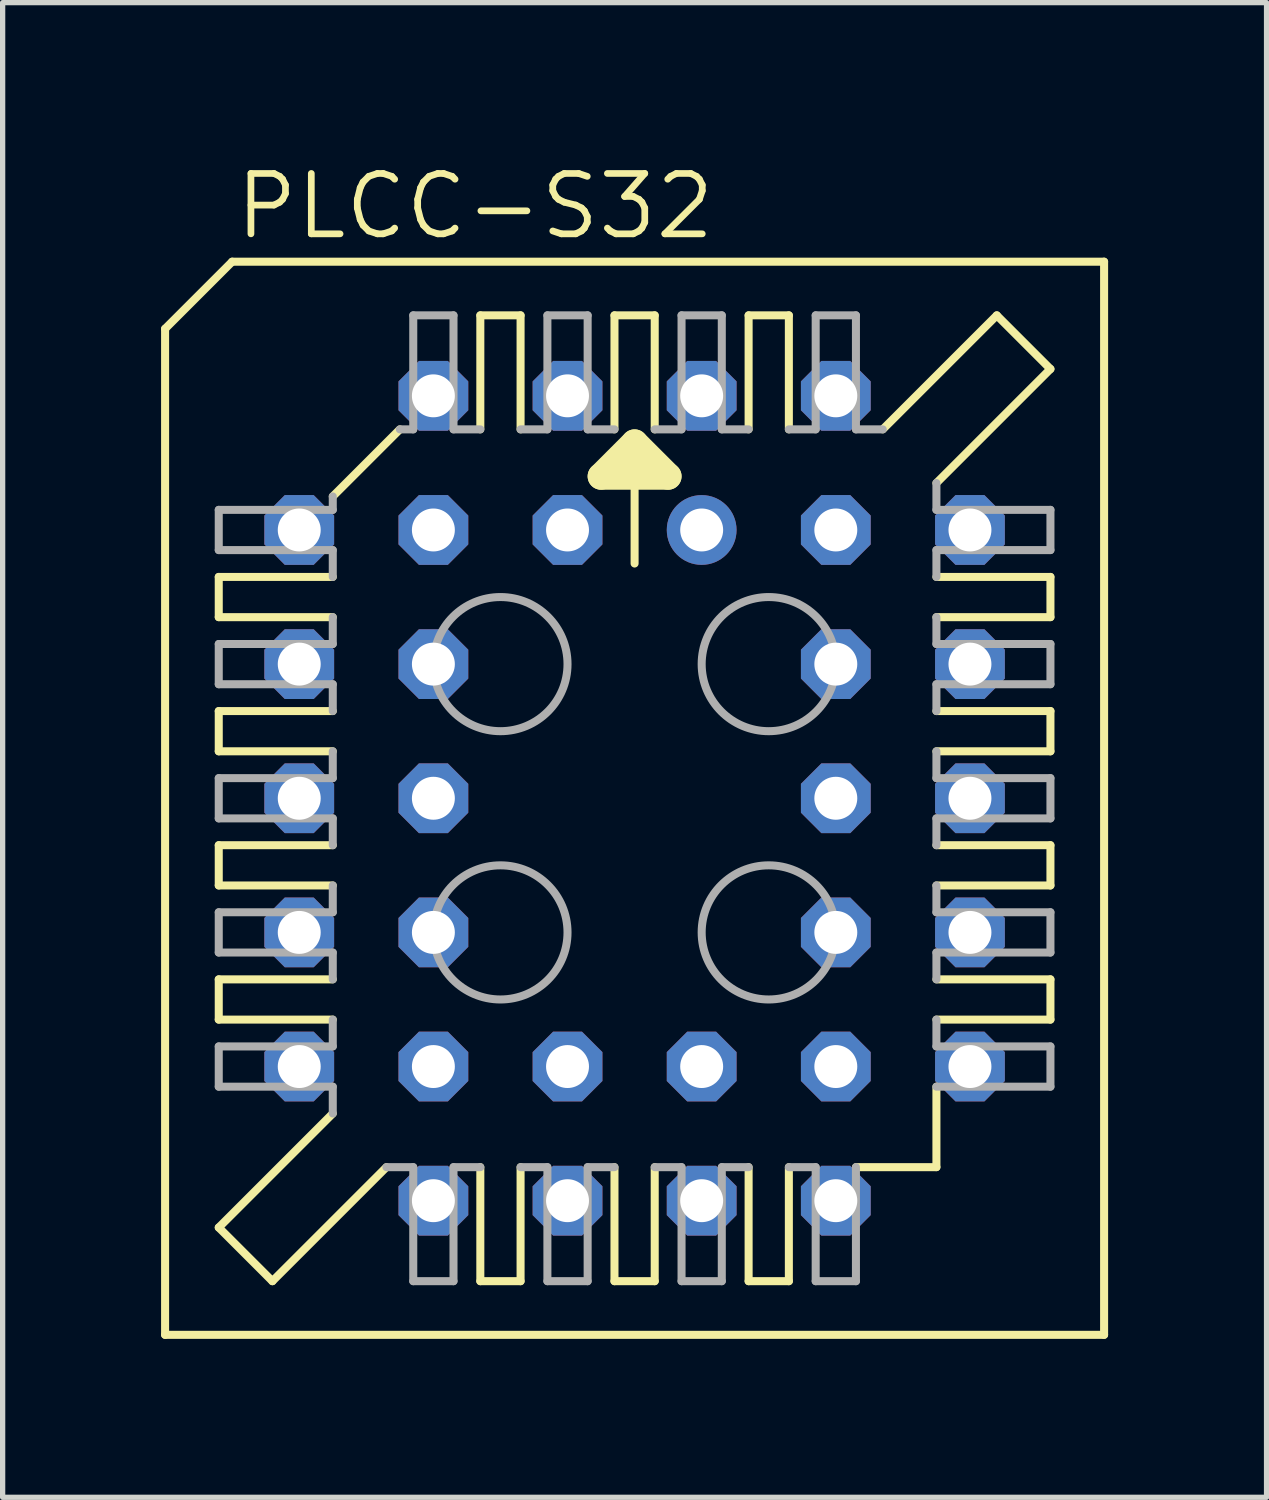
<source format=kicad_pcb>
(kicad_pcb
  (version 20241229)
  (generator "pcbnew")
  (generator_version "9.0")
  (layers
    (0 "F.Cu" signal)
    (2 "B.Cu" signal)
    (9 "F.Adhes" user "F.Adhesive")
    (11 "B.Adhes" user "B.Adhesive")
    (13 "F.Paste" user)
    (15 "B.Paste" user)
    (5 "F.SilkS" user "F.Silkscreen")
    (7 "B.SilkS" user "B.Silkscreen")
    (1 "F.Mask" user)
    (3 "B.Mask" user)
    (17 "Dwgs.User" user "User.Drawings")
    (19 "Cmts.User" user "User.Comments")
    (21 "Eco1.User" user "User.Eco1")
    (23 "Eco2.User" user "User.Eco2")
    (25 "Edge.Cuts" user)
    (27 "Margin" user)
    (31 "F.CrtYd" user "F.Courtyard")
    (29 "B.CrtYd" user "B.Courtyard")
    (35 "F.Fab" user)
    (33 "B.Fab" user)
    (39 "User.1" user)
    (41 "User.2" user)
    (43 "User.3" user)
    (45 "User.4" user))
  (footprint "PLCC-S32"
    (layer "F.Cu")
    (at 8.966 12.065)
    (property "Reference" "PLCC-S32" (at -7.62 -10.541 0) (layer "F.SilkS") (effects (font (size 1.143 1.143) (thickness 0.127)) (justify left bottom)))
    (fp_line (start -8.89 -8.89) (end -8.89 10.16) (stroke (width 0.152) (type solid)) (layer "F.SilkS"))
    (fp_line (start -7.874 -3.429) (end -7.874 -4.191) (stroke (width 0.152) (type solid)) (layer "F.SilkS"))
    (fp_line (start -7.874 -3.429) (end -5.715 -3.429) (stroke (width 0.152) (type solid)) (layer "F.SilkS"))
    (fp_line (start -7.874 -0.889) (end -7.874 -1.651) (stroke (width 0.152) (type solid)) (layer "F.SilkS"))
    (fp_line (start -7.874 -0.889) (end -5.715 -0.889) (stroke (width 0.152) (type solid)) (layer "F.SilkS"))
    (fp_line (start -7.874 1.651) (end -7.874 0.889) (stroke (width 0.152) (type solid)) (layer "F.SilkS"))
    (fp_line (start -7.874 1.651) (end -5.715 1.651) (stroke (width 0.152) (type solid)) (layer "F.SilkS"))
    (fp_line (start -7.874 4.191) (end -7.874 3.429) (stroke (width 0.152) (type solid)) (layer "F.SilkS"))
    (fp_line (start -7.874 4.191) (end -5.715 4.191) (stroke (width 0.152) (type solid)) (layer "F.SilkS"))
    (fp_line (start -7.874 8.128) (end -5.715 5.969) (stroke (width 0.152) (type solid)) (layer "F.SilkS"))
    (fp_line (start -7.62 -10.16) (end -8.89 -8.89) (stroke (width 0.152) (type solid)) (layer "F.SilkS"))
    (fp_line (start -6.858 9.144) (end -7.874 8.128) (stroke (width 0.152) (type solid)) (layer "F.SilkS"))
    (fp_line (start -6.858 9.144) (end -4.699 6.985) (stroke (width 0.152) (type solid)) (layer "F.SilkS"))
    (fp_line (start -5.715 -5.715) (end -4.445 -6.985) (stroke (width 0.152) (type solid)) (layer "F.SilkS"))
    (fp_line (start -5.715 -4.191) (end -7.874 -4.191) (stroke (width 0.152) (type solid)) (layer "F.SilkS"))
    (fp_line (start -5.715 -1.651) (end -7.874 -1.651) (stroke (width 0.152) (type solid)) (layer "F.SilkS"))
    (fp_line (start -5.715 0.889) (end -7.874 0.889) (stroke (width 0.152) (type solid)) (layer "F.SilkS"))
    (fp_line (start -5.715 3.429) (end -7.874 3.429) (stroke (width 0.152) (type solid)) (layer "F.SilkS"))
    (fp_line (start -2.921 -6.985) (end -2.921 -9.144) (stroke (width 0.152) (type solid)) (layer "F.SilkS"))
    (fp_line (start -2.921 9.144) (end -2.921 6.985) (stroke (width 0.152) (type solid)) (layer "F.SilkS"))
    (fp_line (start -2.921 9.144) (end -2.159 9.144) (stroke (width 0.152) (type solid)) (layer "F.SilkS"))
    (fp_line (start -2.159 -9.144) (end -2.921 -9.144) (stroke (width 0.152) (type solid)) (layer "F.SilkS"))
    (fp_line (start -2.159 -9.144) (end -2.159 -6.985) (stroke (width 0.152) (type solid)) (layer "F.SilkS"))
    (fp_line (start -2.159 6.985) (end -2.159 9.144) (stroke (width 0.152) (type solid)) (layer "F.SilkS"))
    (fp_line (start -0.635 -6.096) (end 0 -6.731) (stroke (width 0.508) (type solid)) (layer "F.SilkS"))
    (fp_line (start -0.381 -6.985) (end -0.381 -9.144) (stroke (width 0.152) (type solid)) (layer "F.SilkS"))
    (fp_line (start -0.381 9.144) (end -0.381 6.985) (stroke (width 0.152) (type solid)) (layer "F.SilkS"))
    (fp_line (start -0.381 9.144) (end 0.381 9.144) (stroke (width 0.152) (type solid)) (layer "F.SilkS"))
    (fp_line (start 0 -6.731) (end 0 -4.445) (stroke (width 0.152) (type solid)) (layer "F.SilkS"))
    (fp_line (start 0 -6.731) (end 0.635 -6.096) (stroke (width 0.508) (type solid)) (layer "F.SilkS"))
    (fp_line (start 0.381 -9.144) (end -0.381 -9.144) (stroke (width 0.152) (type solid)) (layer "F.SilkS"))
    (fp_line (start 0.381 -9.144) (end 0.381 -6.985) (stroke (width 0.152) (type solid)) (layer "F.SilkS"))
    (fp_line (start 0.381 6.985) (end 0.381 9.144) (stroke (width 0.152) (type solid)) (layer "F.SilkS"))
    (fp_line (start 0.635 -6.096) (end -0.635 -6.096) (stroke (width 0.508) (type solid)) (layer "F.SilkS"))
    (fp_line (start 2.159 -6.985) (end 2.159 -9.144) (stroke (width 0.152) (type solid)) (layer "F.SilkS"))
    (fp_line (start 2.159 9.144) (end 2.159 6.985) (stroke (width 0.152) (type solid)) (layer "F.SilkS"))
    (fp_line (start 2.159 9.144) (end 2.921 9.144) (stroke (width 0.152) (type solid)) (layer "F.SilkS"))
    (fp_line (start 2.921 -9.144) (end 2.159 -9.144) (stroke (width 0.152) (type solid)) (layer "F.SilkS"))
    (fp_line (start 2.921 -9.144) (end 2.921 -6.985) (stroke (width 0.152) (type solid)) (layer "F.SilkS"))
    (fp_line (start 2.921 6.985) (end 2.921 9.144) (stroke (width 0.152) (type solid)) (layer "F.SilkS"))
    (fp_line (start 4.191 6.985) (end 5.715 6.985) (stroke (width 0.152) (type solid)) (layer "F.SilkS"))
    (fp_line (start 5.715 -3.429) (end 7.874 -3.429) (stroke (width 0.152) (type solid)) (layer "F.SilkS"))
    (fp_line (start 5.715 -0.889) (end 7.874 -0.889) (stroke (width 0.152) (type solid)) (layer "F.SilkS"))
    (fp_line (start 5.715 1.651) (end 7.874 1.651) (stroke (width 0.152) (type solid)) (layer "F.SilkS"))
    (fp_line (start 5.715 4.191) (end 7.874 4.191) (stroke (width 0.152) (type solid)) (layer "F.SilkS"))
    (fp_line (start 5.715 5.461) (end 5.715 6.985) (stroke (width 0.152) (type solid)) (layer "F.SilkS"))
    (fp_line (start 6.858 -9.144) (end 4.699 -6.985) (stroke (width 0.152) (type solid)) (layer "F.SilkS"))
    (fp_line (start 7.874 -8.128) (end 5.715 -5.969) (stroke (width 0.152) (type solid)) (layer "F.SilkS"))
    (fp_line (start 7.874 -8.128) (end 6.858 -9.144) (stroke (width 0.152) (type solid)) (layer "F.SilkS"))
    (fp_line (start 7.874 -4.191) (end 5.715 -4.191) (stroke (width 0.152) (type solid)) (layer "F.SilkS"))
    (fp_line (start 7.874 -4.191) (end 7.874 -3.429) (stroke (width 0.152) (type solid)) (layer "F.SilkS"))
    (fp_line (start 7.874 -1.651) (end 5.715 -1.651) (stroke (width 0.152) (type solid)) (layer "F.SilkS"))
    (fp_line (start 7.874 -1.651) (end 7.874 -0.889) (stroke (width 0.152) (type solid)) (layer "F.SilkS"))
    (fp_line (start 7.874 0.889) (end 5.715 0.889) (stroke (width 0.152) (type solid)) (layer "F.SilkS"))
    (fp_line (start 7.874 0.889) (end 7.874 1.651) (stroke (width 0.152) (type solid)) (layer "F.SilkS"))
    (fp_line (start 7.874 3.429) (end 5.715 3.429) (stroke (width 0.152) (type solid)) (layer "F.SilkS"))
    (fp_line (start 7.874 3.429) (end 7.874 4.191) (stroke (width 0.152) (type solid)) (layer "F.SilkS"))
    (fp_line (start 8.89 -10.16) (end -7.62 -10.16) (stroke (width 0.152) (type solid)) (layer "F.SilkS"))
    (fp_line (start 8.89 10.16) (end -8.89 10.16) (stroke (width 0.152) (type solid)) (layer "F.SilkS"))
    (fp_line (start 8.89 10.16) (end 8.89 -10.16) (stroke (width 0.152) (type solid)) (layer "F.SilkS"))
    (fp_line (start -7.874 -4.699) (end -7.874 -5.461) (stroke (width 0.152) (type solid)) (layer "F.Fab"))
    (fp_line (start -7.874 -4.699) (end -5.715 -4.699) (stroke (width 0.152) (type solid)) (layer "F.Fab"))
    (fp_line (start -7.874 -2.159) (end -7.874 -2.921) (stroke (width 0.152) (type solid)) (layer "F.Fab"))
    (fp_line (start -7.874 -2.159) (end -5.715 -2.159) (stroke (width 0.152) (type solid)) (layer "F.Fab"))
    (fp_line (start -7.874 0.381) (end -7.874 -0.381) (stroke (width 0.152) (type solid)) (layer "F.Fab"))
    (fp_line (start -7.874 0.381) (end -5.715 0.381) (stroke (width 0.152) (type solid)) (layer "F.Fab"))
    (fp_line (start -7.874 2.921) (end -7.874 2.159) (stroke (width 0.152) (type solid)) (layer "F.Fab"))
    (fp_line (start -7.874 2.921) (end -5.715 2.921) (stroke (width 0.152) (type solid)) (layer "F.Fab"))
    (fp_line (start -7.874 5.461) (end -7.874 4.699) (stroke (width 0.152) (type solid)) (layer "F.Fab"))
    (fp_line (start -7.874 5.461) (end -5.715 5.461) (stroke (width 0.152) (type solid)) (layer "F.Fab"))
    (fp_line (start -5.715 -5.461) (end -7.874 -5.461) (stroke (width 0.152) (type solid)) (layer "F.Fab"))
    (fp_line (start -5.715 -5.461) (end -5.715 -5.715) (stroke (width 0.152) (type solid)) (layer "F.Fab"))
    (fp_line (start -5.715 -4.191) (end -5.715 -4.699) (stroke (width 0.152) (type solid)) (layer "F.Fab"))
    (fp_line (start -5.715 -2.921) (end -7.874 -2.921) (stroke (width 0.152) (type solid)) (layer "F.Fab"))
    (fp_line (start -5.715 -2.921) (end -5.715 -3.429) (stroke (width 0.152) (type solid)) (layer "F.Fab"))
    (fp_line (start -5.715 -1.651) (end -5.715 -2.159) (stroke (width 0.152) (type solid)) (layer "F.Fab"))
    (fp_line (start -5.715 -0.381) (end -7.874 -0.381) (stroke (width 0.152) (type solid)) (layer "F.Fab"))
    (fp_line (start -5.715 -0.381) (end -5.715 -0.889) (stroke (width 0.152) (type solid)) (layer "F.Fab"))
    (fp_line (start -5.715 0.889) (end -5.715 0.381) (stroke (width 0.152) (type solid)) (layer "F.Fab"))
    (fp_line (start -5.715 2.159) (end -7.874 2.159) (stroke (width 0.152) (type solid)) (layer "F.Fab"))
    (fp_line (start -5.715 2.159) (end -5.715 1.651) (stroke (width 0.152) (type solid)) (layer "F.Fab"))
    (fp_line (start -5.715 3.429) (end -5.715 2.921) (stroke (width 0.152) (type solid)) (layer "F.Fab"))
    (fp_line (start -5.715 4.699) (end -7.874 4.699) (stroke (width 0.152) (type solid)) (layer "F.Fab"))
    (fp_line (start -5.715 4.699) (end -5.715 4.191) (stroke (width 0.152) (type solid)) (layer "F.Fab"))
    (fp_line (start -5.715 5.969) (end -5.715 5.461) (stroke (width 0.152) (type solid)) (layer "F.Fab"))
    (fp_line (start -4.699 6.985) (end -4.191 6.985) (stroke (width 0.152) (type solid)) (layer "F.Fab"))
    (fp_line (start -4.191 -6.985) (end -4.445 -6.985) (stroke (width 0.152) (type solid)) (layer "F.Fab"))
    (fp_line (start -4.191 -6.985) (end -4.191 -9.144) (stroke (width 0.152) (type solid)) (layer "F.Fab"))
    (fp_line (start -4.191 9.144) (end -4.191 6.985) (stroke (width 0.152) (type solid)) (layer "F.Fab"))
    (fp_line (start -4.191 9.144) (end -3.429 9.144) (stroke (width 0.152) (type solid)) (layer "F.Fab"))
    (fp_line (start -3.429 -9.144) (end -4.191 -9.144) (stroke (width 0.152) (type solid)) (layer "F.Fab"))
    (fp_line (start -3.429 -9.144) (end -3.429 -6.985) (stroke (width 0.152) (type solid)) (layer "F.Fab"))
    (fp_line (start -3.429 6.985) (end -3.429 9.144) (stroke (width 0.152) (type solid)) (layer "F.Fab"))
    (fp_line (start -3.429 6.985) (end -2.921 6.985) (stroke (width 0.152) (type solid)) (layer "F.Fab"))
    (fp_line (start -2.921 -6.985) (end -3.429 -6.985) (stroke (width 0.152) (type solid)) (layer "F.Fab"))
    (fp_line (start -2.159 6.985) (end -1.651 6.985) (stroke (width 0.152) (type solid)) (layer "F.Fab"))
    (fp_line (start -1.651 -6.985) (end -2.159 -6.985) (stroke (width 0.152) (type solid)) (layer "F.Fab"))
    (fp_line (start -1.651 -6.985) (end -1.651 -9.144) (stroke (width 0.152) (type solid)) (layer "F.Fab"))
    (fp_line (start -1.651 9.144) (end -1.651 6.985) (stroke (width 0.152) (type solid)) (layer "F.Fab"))
    (fp_line (start -1.651 9.144) (end -0.889 9.144) (stroke (width 0.152) (type solid)) (layer "F.Fab"))
    (fp_line (start -0.889 -9.144) (end -1.651 -9.144) (stroke (width 0.152) (type solid)) (layer "F.Fab"))
    (fp_line (start -0.889 -9.144) (end -0.889 -6.985) (stroke (width 0.152) (type solid)) (layer "F.Fab"))
    (fp_line (start -0.889 6.985) (end -0.889 9.144) (stroke (width 0.152) (type solid)) (layer "F.Fab"))
    (fp_line (start -0.889 6.985) (end -0.381 6.985) (stroke (width 0.152) (type solid)) (layer "F.Fab"))
    (fp_line (start -0.381 -6.985) (end -0.889 -6.985) (stroke (width 0.152) (type solid)) (layer "F.Fab"))
    (fp_line (start 0.381 6.985) (end 0.889 6.985) (stroke (width 0.152) (type solid)) (layer "F.Fab"))
    (fp_line (start 0.889 -6.985) (end 0.381 -6.985) (stroke (width 0.152) (type solid)) (layer "F.Fab"))
    (fp_line (start 0.889 -6.985) (end 0.889 -9.144) (stroke (width 0.152) (type solid)) (layer "F.Fab"))
    (fp_line (start 0.889 9.144) (end 0.889 6.985) (stroke (width 0.152) (type solid)) (layer "F.Fab"))
    (fp_line (start 0.889 9.144) (end 1.651 9.144) (stroke (width 0.152) (type solid)) (layer "F.Fab"))
    (fp_line (start 1.651 -9.144) (end 0.889 -9.144) (stroke (width 0.152) (type solid)) (layer "F.Fab"))
    (fp_line (start 1.651 -9.144) (end 1.651 -6.985) (stroke (width 0.152) (type solid)) (layer "F.Fab"))
    (fp_line (start 1.651 6.985) (end 1.651 9.144) (stroke (width 0.152) (type solid)) (layer "F.Fab"))
    (fp_line (start 1.651 6.985) (end 2.159 6.985) (stroke (width 0.152) (type solid)) (layer "F.Fab"))
    (fp_line (start 2.159 -6.985) (end 1.651 -6.985) (stroke (width 0.152) (type solid)) (layer "F.Fab"))
    (fp_line (start 2.921 6.985) (end 3.429 6.985) (stroke (width 0.152) (type solid)) (layer "F.Fab"))
    (fp_line (start 3.429 -6.985) (end 2.921 -6.985) (stroke (width 0.152) (type solid)) (layer "F.Fab"))
    (fp_line (start 3.429 -6.985) (end 3.429 -9.144) (stroke (width 0.152) (type solid)) (layer "F.Fab"))
    (fp_line (start 3.429 9.144) (end 3.429 6.985) (stroke (width 0.152) (type solid)) (layer "F.Fab"))
    (fp_line (start 3.429 9.144) (end 4.191 9.144) (stroke (width 0.152) (type solid)) (layer "F.Fab"))
    (fp_line (start 4.191 -9.144) (end 3.429 -9.144) (stroke (width 0.152) (type solid)) (layer "F.Fab"))
    (fp_line (start 4.191 -9.144) (end 4.191 -6.985) (stroke (width 0.152) (type solid)) (layer "F.Fab"))
    (fp_line (start 4.191 6.985) (end 4.191 9.144) (stroke (width 0.152) (type solid)) (layer "F.Fab"))
    (fp_line (start 4.699 -6.985) (end 4.191 -6.985) (stroke (width 0.152) (type solid)) (layer "F.Fab"))
    (fp_line (start 5.715 -5.969) (end 5.715 -5.461) (stroke (width 0.152) (type solid)) (layer "F.Fab"))
    (fp_line (start 5.715 -4.699) (end 5.715 -4.191) (stroke (width 0.152) (type solid)) (layer "F.Fab"))
    (fp_line (start 5.715 -4.699) (end 7.874 -4.699) (stroke (width 0.152) (type solid)) (layer "F.Fab"))
    (fp_line (start 5.715 -3.429) (end 5.715 -2.921) (stroke (width 0.152) (type solid)) (layer "F.Fab"))
    (fp_line (start 5.715 -2.159) (end 5.715 -1.651) (stroke (width 0.152) (type solid)) (layer "F.Fab"))
    (fp_line (start 5.715 -2.159) (end 7.874 -2.159) (stroke (width 0.152) (type solid)) (layer "F.Fab"))
    (fp_line (start 5.715 -0.889) (end 5.715 -0.381) (stroke (width 0.152) (type solid)) (layer "F.Fab"))
    (fp_line (start 5.715 0.381) (end 5.715 0.889) (stroke (width 0.152) (type solid)) (layer "F.Fab"))
    (fp_line (start 5.715 0.381) (end 7.874 0.381) (stroke (width 0.152) (type solid)) (layer "F.Fab"))
    (fp_line (start 5.715 1.651) (end 5.715 2.159) (stroke (width 0.152) (type solid)) (layer "F.Fab"))
    (fp_line (start 5.715 2.921) (end 5.715 3.429) (stroke (width 0.152) (type solid)) (layer "F.Fab"))
    (fp_line (start 5.715 2.921) (end 7.874 2.921) (stroke (width 0.152) (type solid)) (layer "F.Fab"))
    (fp_line (start 5.715 4.191) (end 5.715 4.699) (stroke (width 0.152) (type solid)) (layer "F.Fab"))
    (fp_line (start 5.715 5.461) (end 7.874 5.461) (stroke (width 0.152) (type solid)) (layer "F.Fab"))
    (fp_line (start 7.874 -5.461) (end 5.715 -5.461) (stroke (width 0.152) (type solid)) (layer "F.Fab"))
    (fp_line (start 7.874 -5.461) (end 7.874 -4.699) (stroke (width 0.152) (type solid)) (layer "F.Fab"))
    (fp_line (start 7.874 -2.921) (end 5.715 -2.921) (stroke (width 0.152) (type solid)) (layer "F.Fab"))
    (fp_line (start 7.874 -2.921) (end 7.874 -2.159) (stroke (width 0.152) (type solid)) (layer "F.Fab"))
    (fp_line (start 7.874 -0.381) (end 5.715 -0.381) (stroke (width 0.152) (type solid)) (layer "F.Fab"))
    (fp_line (start 7.874 -0.381) (end 7.874 0.381) (stroke (width 0.152) (type solid)) (layer "F.Fab"))
    (fp_line (start 7.874 2.159) (end 5.715 2.159) (stroke (width 0.152) (type solid)) (layer "F.Fab"))
    (fp_line (start 7.874 2.159) (end 7.874 2.921) (stroke (width 0.152) (type solid)) (layer "F.Fab"))
    (fp_line (start 7.874 4.699) (end 5.715 4.699) (stroke (width 0.152) (type solid)) (layer "F.Fab"))
    (fp_line (start 7.874 4.699) (end 7.874 5.461) (stroke (width 0.152) (type solid)) (layer "F.Fab"))
    (fp_circle (center -2.54 -2.54) (end -1.27 -2.54) (stroke (width 0.152) (type solid)) (fill no) (layer "F.Fab"))
    (fp_circle (center -2.54 2.54) (end -1.27 2.54) (stroke (width 0.152) (type solid)) (fill no) (layer "F.Fab"))
    (fp_circle (center 2.54 -2.54) (end 3.81 -2.54) (stroke (width 0.152) (type solid)) (fill no) (layer "F.Fab"))
    (fp_circle (center 2.54 2.54) (end 3.81 2.54) (stroke (width 0.152) (type solid)) (fill no) (layer "F.Fab"))
    (pad "1" thru_hole circle (at 1.27 -5.08) (size 1.321 1.321) (drill 0.813) (layers "*.Cu" "*.Mask"))
    (pad "2" thru_hole roundrect (at -1.27 -7.62) (size 1.321 1.321) (drill 0.813) (layers "*.Cu" "*.Mask") (roundrect_rratio 0.25) (chamfer_ratio 0.293) (chamfer top_left top_right bottom_left bottom_right))
    (pad "3" thru_hole roundrect (at -1.27 -5.08) (size 1.321 1.321) (drill 0.813) (layers "*.Cu" "*.Mask") (roundrect_rratio 0.25) (chamfer_ratio 0.293) (chamfer top_left top_right bottom_left bottom_right))
    (pad "4" thru_hole roundrect (at -3.81 -7.62) (size 1.321 1.321) (drill 0.813) (layers "*.Cu" "*.Mask") (roundrect_rratio 0.25) (chamfer_ratio 0.293) (chamfer top_left top_right bottom_left bottom_right))
    (pad "5" thru_hole roundrect (at -6.35 -5.08) (size 1.321 1.321) (drill 0.813) (layers "*.Cu" "*.Mask") (roundrect_rratio 0.25) (chamfer_ratio 0.293) (chamfer top_left top_right bottom_left bottom_right))
    (pad "6" thru_hole roundrect (at -3.81 -5.08) (size 1.321 1.321) (drill 0.813) (layers "*.Cu" "*.Mask") (roundrect_rratio 0.25) (chamfer_ratio 0.293) (chamfer top_left top_right bottom_left bottom_right))
    (pad "7" thru_hole roundrect (at -6.35 -2.54) (size 1.321 1.321) (drill 0.813) (layers "*.Cu" "*.Mask") (roundrect_rratio 0.25) (chamfer_ratio 0.293) (chamfer top_left top_right bottom_left bottom_right))
    (pad "8" thru_hole roundrect (at -3.81 -2.54) (size 1.321 1.321) (drill 0.813) (layers "*.Cu" "*.Mask") (roundrect_rratio 0.25) (chamfer_ratio 0.293) (chamfer top_left top_right bottom_left bottom_right))
    (pad "9" thru_hole roundrect (at -6.35 0) (size 1.321 1.321) (drill 0.813) (layers "*.Cu" "*.Mask") (roundrect_rratio 0.25) (chamfer_ratio 0.293) (chamfer top_left top_right bottom_left bottom_right))
    (pad "10" thru_hole roundrect (at -3.81 0) (size 1.321 1.321) (drill 0.813) (layers "*.Cu" "*.Mask") (roundrect_rratio 0.25) (chamfer_ratio 0.293) (chamfer top_left top_right bottom_left bottom_right))
    (pad "11" thru_hole roundrect (at -6.35 2.54) (size 1.321 1.321) (drill 0.813) (layers "*.Cu" "*.Mask") (roundrect_rratio 0.25) (chamfer_ratio 0.293) (chamfer top_left top_right bottom_left bottom_right))
    (pad "12" thru_hole roundrect (at -3.81 2.54) (size 1.321 1.321) (drill 0.813) (layers "*.Cu" "*.Mask") (roundrect_rratio 0.25) (chamfer_ratio 0.293) (chamfer top_left top_right bottom_left bottom_right))
    (pad "13" thru_hole roundrect (at -6.35 5.08) (size 1.321 1.321) (drill 0.813) (layers "*.Cu" "*.Mask") (roundrect_rratio 0.25) (chamfer_ratio 0.293) (chamfer top_left top_right bottom_left bottom_right))
    (pad "14" thru_hole roundrect (at -3.81 7.62) (size 1.321 1.321) (drill 0.813) (layers "*.Cu" "*.Mask") (roundrect_rratio 0.25) (chamfer_ratio 0.293) (chamfer top_left top_right bottom_left bottom_right))
    (pad "15" thru_hole roundrect (at -3.81 5.08) (size 1.321 1.321) (drill 0.813) (layers "*.Cu" "*.Mask") (roundrect_rratio 0.25) (chamfer_ratio 0.293) (chamfer top_left top_right bottom_left bottom_right))
    (pad "16" thru_hole roundrect (at -1.27 7.62) (size 1.321 1.321) (drill 0.813) (layers "*.Cu" "*.Mask") (roundrect_rratio 0.25) (chamfer_ratio 0.293) (chamfer top_left top_right bottom_left bottom_right))
    (pad "17" thru_hole roundrect (at -1.27 5.08) (size 1.321 1.321) (drill 0.813) (layers "*.Cu" "*.Mask") (roundrect_rratio 0.25) (chamfer_ratio 0.293) (chamfer top_left top_right bottom_left bottom_right))
    (pad "18" thru_hole roundrect (at 1.27 7.62) (size 1.321 1.321) (drill 0.813) (layers "*.Cu" "*.Mask") (roundrect_rratio 0.25) (chamfer_ratio 0.293) (chamfer top_left top_right bottom_left bottom_right))
    (pad "19" thru_hole roundrect (at 1.27 5.08) (size 1.321 1.321) (drill 0.813) (layers "*.Cu" "*.Mask") (roundrect_rratio 0.25) (chamfer_ratio 0.293) (chamfer top_left top_right bottom_left bottom_right))
    (pad "20" thru_hole roundrect (at 3.81 7.62) (size 1.321 1.321) (drill 0.813) (layers "*.Cu" "*.Mask") (roundrect_rratio 0.25) (chamfer_ratio 0.293) (chamfer top_left top_right bottom_left bottom_right))
    (pad "21" thru_hole roundrect (at 6.35 5.08) (size 1.321 1.321) (drill 0.813) (layers "*.Cu" "*.Mask") (roundrect_rratio 0.25) (chamfer_ratio 0.293) (chamfer top_left top_right bottom_left bottom_right))
    (pad "22" thru_hole roundrect (at 3.81 5.08) (size 1.321 1.321) (drill 0.813) (layers "*.Cu" "*.Mask") (roundrect_rratio 0.25) (chamfer_ratio 0.293) (chamfer top_left top_right bottom_left bottom_right))
    (pad "23" thru_hole roundrect (at 6.35 2.54) (size 1.321 1.321) (drill 0.813) (layers "*.Cu" "*.Mask") (roundrect_rratio 0.25) (chamfer_ratio 0.293) (chamfer top_left top_right bottom_left bottom_right))
    (pad "24" thru_hole roundrect (at 3.81 2.54) (size 1.321 1.321) (drill 0.813) (layers "*.Cu" "*.Mask") (roundrect_rratio 0.25) (chamfer_ratio 0.293) (chamfer top_left top_right bottom_left bottom_right))
    (pad "25" thru_hole roundrect (at 6.35 0) (size 1.321 1.321) (drill 0.813) (layers "*.Cu" "*.Mask") (roundrect_rratio 0.25) (chamfer_ratio 0.293) (chamfer top_left top_right bottom_left bottom_right))
    (pad "26" thru_hole roundrect (at 3.81 0) (size 1.321 1.321) (drill 0.813) (layers "*.Cu" "*.Mask") (roundrect_rratio 0.25) (chamfer_ratio 0.293) (chamfer top_left top_right bottom_left bottom_right))
    (pad "27" thru_hole roundrect (at 6.35 -2.54) (size 1.321 1.321) (drill 0.813) (layers "*.Cu" "*.Mask") (roundrect_rratio 0.25) (chamfer_ratio 0.293) (chamfer top_left top_right bottom_left bottom_right))
    (pad "28" thru_hole roundrect (at 3.81 -2.54) (size 1.321 1.321) (drill 0.813) (layers "*.Cu" "*.Mask") (roundrect_rratio 0.25) (chamfer_ratio 0.293) (chamfer top_left top_right bottom_left bottom_right))
    (pad "29" thru_hole roundrect (at 6.35 -5.08) (size 1.321 1.321) (drill 0.813) (layers "*.Cu" "*.Mask") (roundrect_rratio 0.25) (chamfer_ratio 0.293) (chamfer top_left top_right bottom_left bottom_right))
    (pad "30" thru_hole roundrect (at 3.81 -7.62) (size 1.321 1.321) (drill 0.813) (layers "*.Cu" "*.Mask") (roundrect_rratio 0.25) (chamfer_ratio 0.293) (chamfer top_left top_right bottom_left bottom_right))
    (pad "31" thru_hole roundrect (at 3.81 -5.08) (size 1.321 1.321) (drill 0.813) (layers "*.Cu" "*.Mask") (roundrect_rratio 0.25) (chamfer_ratio 0.293) (chamfer top_left top_right bottom_left bottom_right))
    (pad "32" thru_hole roundrect (at 1.27 -7.62) (size 1.321 1.321) (drill 0.813) (layers "*.Cu" "*.Mask") (roundrect_rratio 0.25) (chamfer_ratio 0.293) (chamfer top_left top_right bottom_left bottom_right)))
  (gr_rect
    (start -3 -3)
    (end 20.932 25.301)
    (stroke (width 0.1) (type default))
    (fill no)
    (layer "Edge.Cuts")))
</source>
